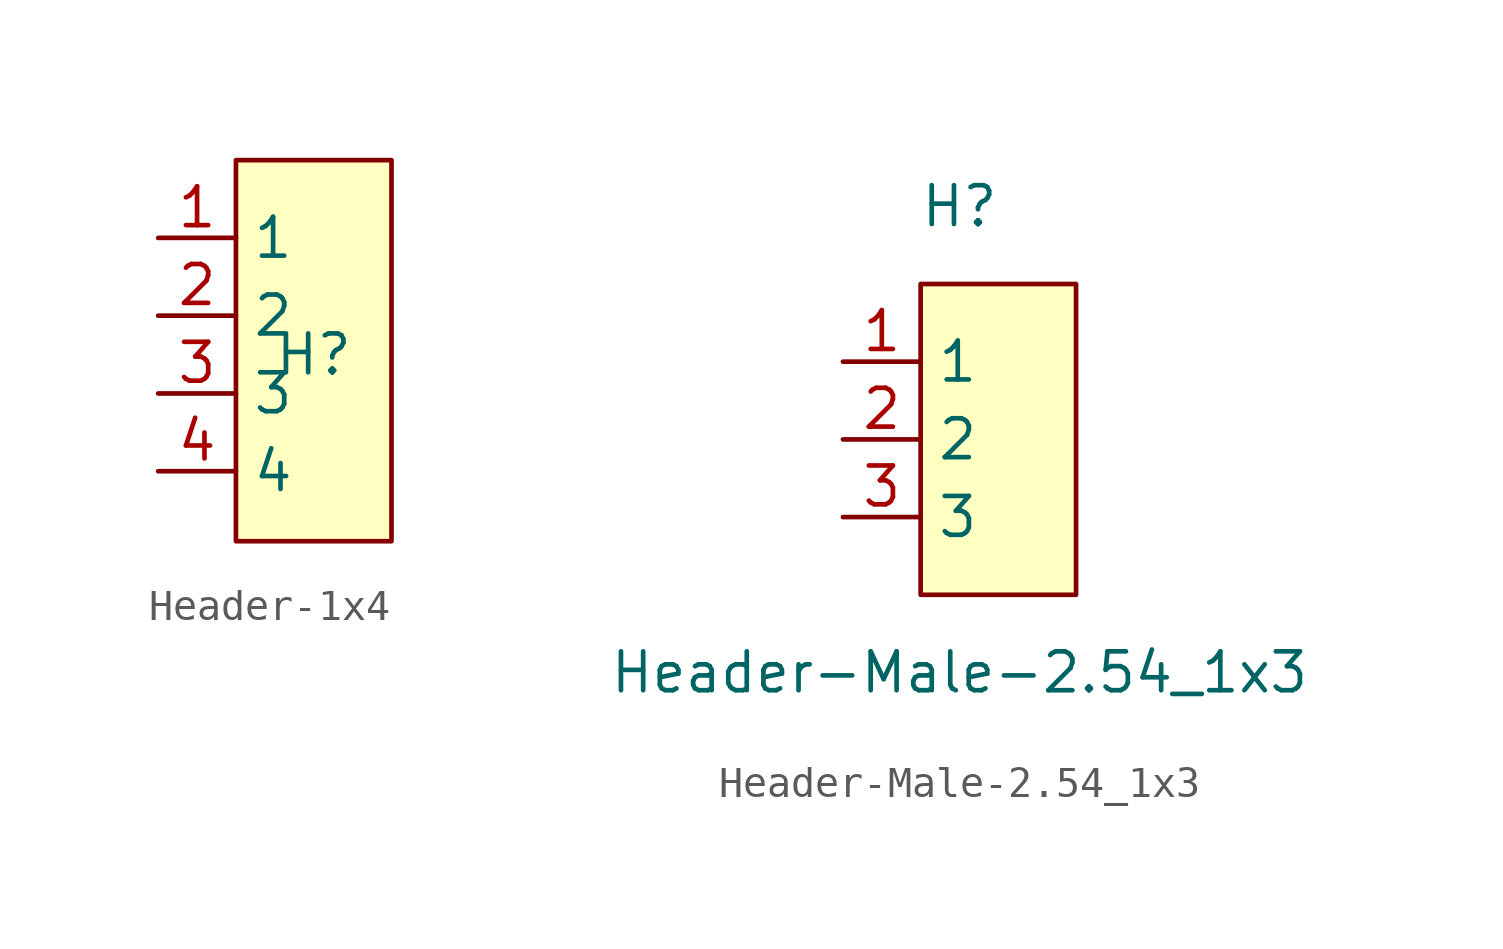
<source format=kicad_sym>
(kicad_symbol_lib
  (version 20231120)
  (generator "kicad_symbol_editor")
  (generator_version "8.0")
  (symbol "Header-1x4"
    (property "Reference" "H"
      (at 0 0 0)
      (effects (font (size 1.27 1.27))))
    (property "Value" ""
      (at 0 0 0)
      (effects (font (size 1.27 1.27))))
    (symbol "Header-1x4_0_1"
      (rectangle (start -2.54 6.35) (end 2.54 -6.096) (stroke (width 0) (type default)) (fill (type background)))
      (pin passive line (at -5.08 3.81 0) (length 2.54) (name "1" (effects (font (size 1.27 1.27)))) (number "1" (effects (font (size 1.27 1.27)))))
      (pin passive line (at -5.08 1.27 0) (length 2.54) (name "2" (effects (font (size 1.27 1.27)))) (number "2" (effects (font (size 1.27 1.27)))))
      (pin passive line (at -5.08 -1.27 0) (length 2.54) (name "3" (effects (font (size 1.27 1.27)))) (number "3" (effects (font (size 1.27 1.27))))))
    (symbol "Header-1x4_1_1"
      (pin passive line (at -5.08 -3.81 0) (length 2.54) (name "4" (effects (font (size 1.27 1.27)))) (number "4" (effects (font (size 1.27 1.27)))))))
  (symbol "Header-Male-2.54_1x3"
    (property "Reference" "H"
      (at 0 7.62 0)
      (effects (font (size 1.27 1.27))))
    (property "Value" "Header-Male-2.54_1x3"
      (at 0 -7.62 0)
      (effects (font (size 1.27 1.27))))
    (symbol "Header-Male-2.54_1x3_0_1"
      (rectangle (start -1.27 5.08) (end 3.81 -5.08) (stroke (width 0) (type default)) (fill (type background)))
      (pin passive line (at -3.81 2.54 0) (length 2.54) (name "1" (effects (font (size 1.27 1.27)))) (number "1" (effects (font (size 1.27 1.27)))))
      (pin passive line (at -3.81 0 0) (length 2.54) (name "2" (effects (font (size 1.27 1.27)))) (number "2" (effects (font (size 1.27 1.27)))))
      (pin passive line (at -3.81 -2.54 0) (length 2.54) (name "3" (effects (font (size 1.27 1.27)))) (number "3" (effects (font (size 1.27 1.27))))))))
</source>
